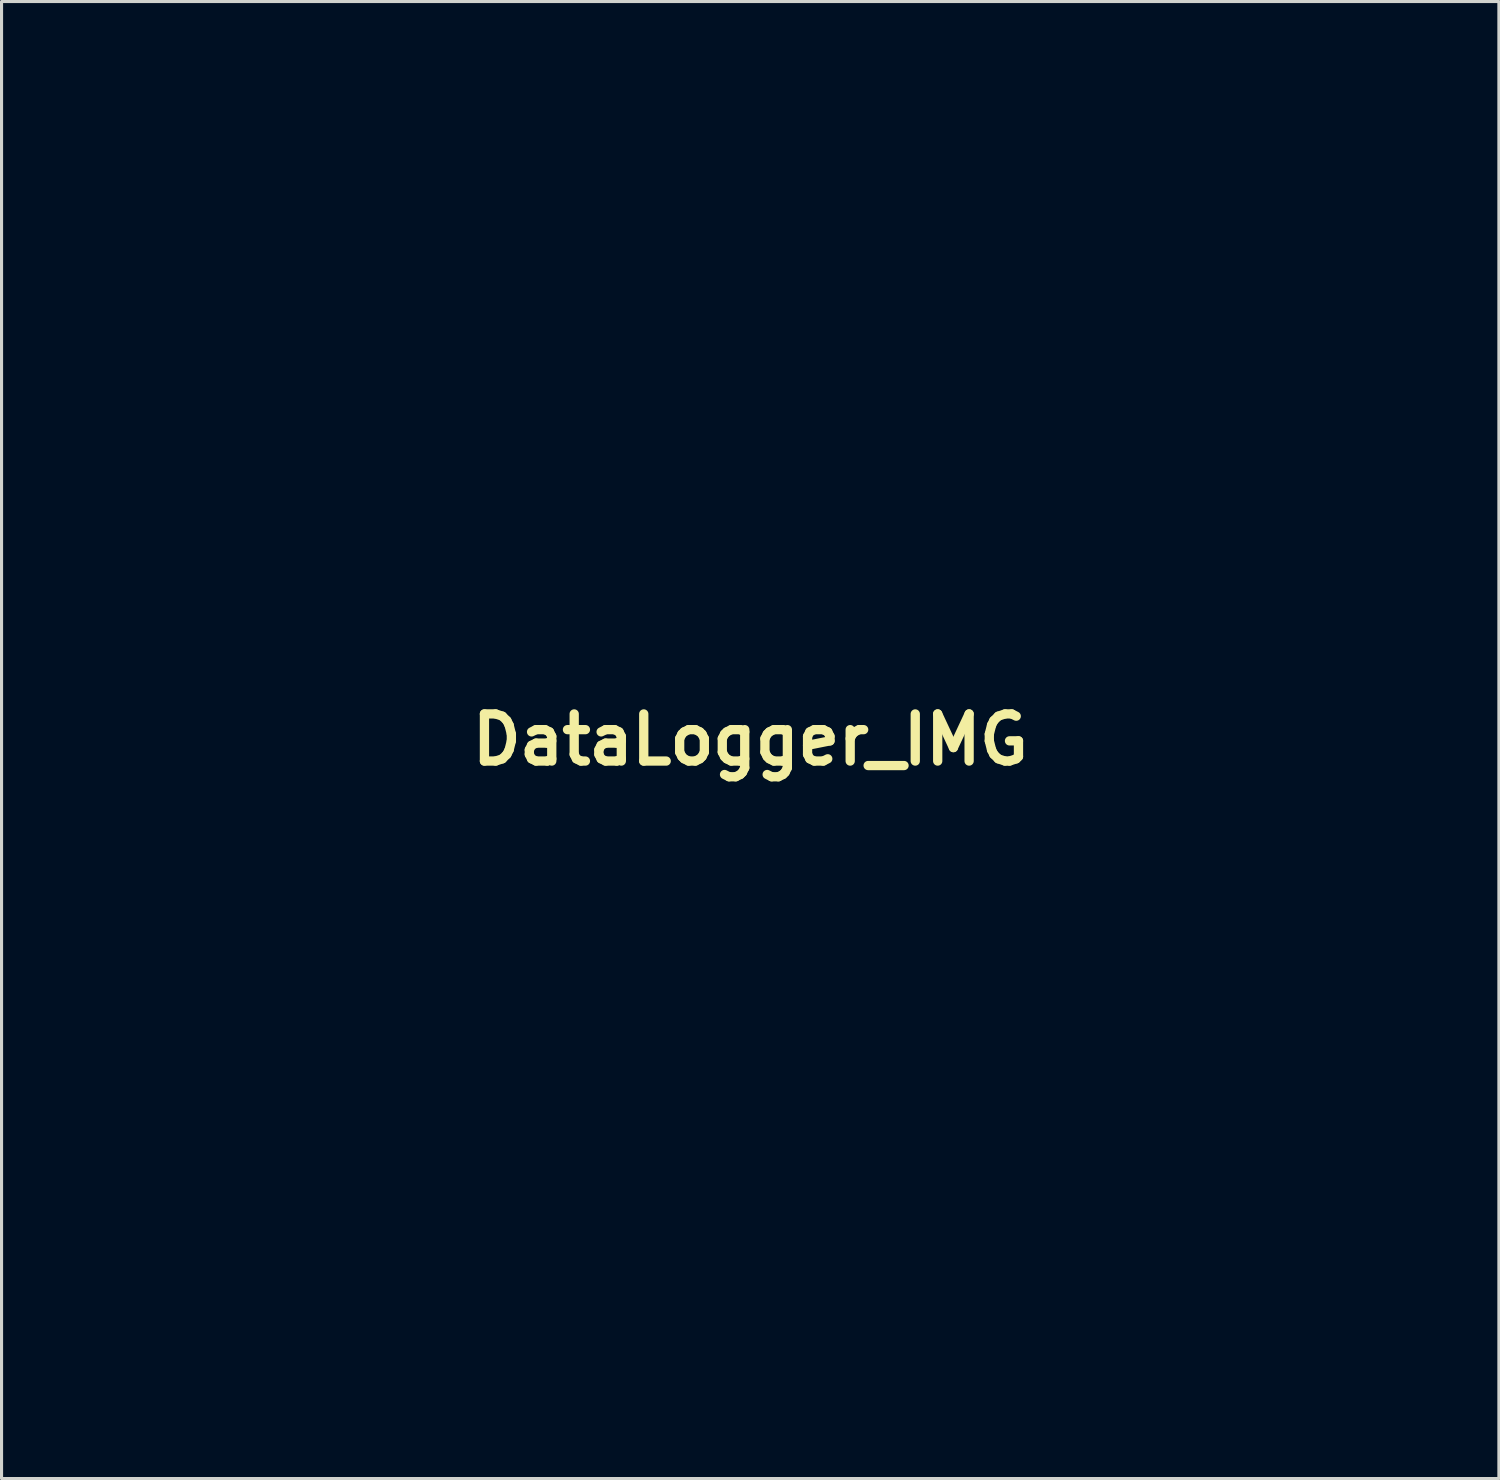
<source format=kicad_pcb>
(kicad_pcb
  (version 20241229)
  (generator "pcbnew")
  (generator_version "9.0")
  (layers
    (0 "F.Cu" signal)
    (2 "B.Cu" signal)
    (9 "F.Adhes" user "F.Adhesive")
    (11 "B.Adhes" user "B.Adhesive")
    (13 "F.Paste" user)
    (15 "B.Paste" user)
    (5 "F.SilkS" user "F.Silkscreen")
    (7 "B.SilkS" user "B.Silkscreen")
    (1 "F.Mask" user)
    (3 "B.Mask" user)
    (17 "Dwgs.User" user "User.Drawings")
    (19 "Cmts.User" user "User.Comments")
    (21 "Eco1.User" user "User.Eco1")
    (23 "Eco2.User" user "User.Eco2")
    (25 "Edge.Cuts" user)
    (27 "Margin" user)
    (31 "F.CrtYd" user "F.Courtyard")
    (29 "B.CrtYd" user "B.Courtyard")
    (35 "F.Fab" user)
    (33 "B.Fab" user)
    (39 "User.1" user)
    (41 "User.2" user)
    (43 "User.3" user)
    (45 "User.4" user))
  (footprint "DataLogger_IMG"
    (layer "F.Cu")
    (at 21.218 20.875)
    (property "Reference" "DataLogger_IMG" (at 0 0 0) (layer "F.SilkS") (effects (font (size 1.524 1.524) (thickness 0.3))))
    (attr through_hole)
    (fp_poly (pts (xy -5.724 -4.486) (xy -5.215 -4.483) (xy -4.83 -4.475) (xy -4.548 -4.461) (xy -4.346 -4.44) (xy -4.201 -4.409) (xy -4.091 -4.368) (xy -3.995 -4.316) (xy -3.707 -4.052) (xy -3.542 -3.712) (xy -3.519 -3.341) (xy -3.546 -3.216) (xy -3.672 -2.946) (xy -3.849 -2.712) (xy -3.858 -2.704) (xy -4.077 -2.498) (xy -6.336 -2.478) (xy -7.037 -2.473) (xy -7.589 -2.473) (xy -8.012 -2.479) (xy -8.325 -2.491) (xy -8.549 -2.511) (xy -8.703 -2.539) (xy -8.808 -2.577) (xy -8.825 -2.586) (xy -9.097 -2.825) (xy -9.261 -3.157) (xy -9.306 -3.536) (xy -9.218 -3.913) (xy -9.19 -3.972) (xy -9.102 -4.12) (xy -8.993 -4.237) (xy -8.845 -4.326) (xy -8.637 -4.391) (xy -8.35 -4.436) (xy -7.964 -4.465) (xy -7.459 -4.48) (xy -6.817 -4.486) (xy -6.38 -4.487) (xy -5.724 -4.486)) (stroke (width 0.01) (type solid)) (fill no) (layer "Eco2.User"))
    (fp_poly (pts (xy 7.055 -4.486) (xy 7.583 -4.48) (xy 7.985 -4.47) (xy 8.283 -4.453) (xy 8.499 -4.428) (xy 8.655 -4.394) (xy 8.772 -4.35) (xy 8.775 -4.349) (xy 9.076 -4.121) (xy 9.258 -3.8) (xy 9.31 -3.426) (xy 9.221 -3.038) (xy 9.185 -2.961) (xy 9.101 -2.815) (xy 9.003 -2.701) (xy 8.872 -2.613) (xy 8.688 -2.55) (xy 8.43 -2.506) (xy 8.079 -2.479) (xy 7.615 -2.465) (xy 7.018 -2.46) (xy 6.418 -2.461) (xy 5.823 -2.465) (xy 5.278 -2.474) (xy 4.807 -2.487) (xy 4.435 -2.504) (xy 4.188 -2.522) (xy 4.097 -2.538) (xy 3.863 -2.704) (xy 3.654 -2.969) (xy 3.522 -3.268) (xy 3.515 -3.297) (xy 3.521 -3.623) (xy 3.653 -3.956) (xy 3.883 -4.234) (xy 3.995 -4.316) (xy 4.093 -4.369) (xy 4.203 -4.41) (xy 4.349 -4.44) (xy 4.552 -4.461) (xy 4.836 -4.475) (xy 5.222 -4.483) (xy 5.733 -4.486) (xy 6.38 -4.487) (xy 7.055 -4.486)) (stroke (width 0.01) (type solid)) (fill no) (layer "Eco2.User"))
    (fp_poly (pts (xy 1.368 -17.738) (xy 2.577 -17.737) (xy 3.637 -17.736) (xy 4.559 -17.734) (xy 5.354 -17.732) (xy 6.031 -17.728) (xy 6.602 -17.723) (xy 7.076 -17.717) (xy 7.464 -17.708) (xy 7.776 -17.698) (xy 8.024 -17.686) (xy 8.216 -17.671) (xy 8.364 -17.654) (xy 8.478 -17.635) (xy 8.569 -17.612) (xy 8.646 -17.587) (xy 8.676 -17.575) (xy 9.137 -17.324) (xy 9.572 -16.955) (xy 9.928 -16.518) (xy 10.087 -16.232) (xy 10.287 -15.79) (xy 10.287 -11.599) (xy 10.287 -10.642) (xy 10.285 -9.839) (xy 10.282 -9.175) (xy 10.277 -8.634) (xy 10.269 -8.203) (xy 10.258 -7.864) (xy 10.244 -7.605) (xy 10.225 -7.408) (xy 10.201 -7.259) (xy 10.173 -7.143) (xy 10.138 -7.044) (xy 10.131 -7.027) (xy 9.815 -6.463) (xy 9.378 -6.002) (xy 8.91 -5.7) (xy 8.424 -5.461) (xy 0.127 -5.442) (xy -1.248 -5.439) (xy -2.463 -5.436) (xy -3.53 -5.435) (xy -4.459 -5.435) (xy -5.26 -5.436) (xy -5.943 -5.438) (xy -6.52 -5.442) (xy -7 -5.448) (xy -7.393 -5.455) (xy -7.711 -5.465) (xy -7.963 -5.476) (xy -8.16 -5.491) (xy -8.313 -5.507) (xy -8.43 -5.526) (xy -8.524 -5.548) (xy -8.605 -5.573) (xy -8.608 -5.575) (xy -9.185 -5.859) (xy -9.661 -6.265) (xy -10.017 -6.773) (xy -10.234 -7.361) (xy -10.244 -7.406) (xy -10.27 -7.629) (xy -10.29 -8.019) (xy -10.305 -8.578) (xy -10.314 -9.305) (xy -10.317 -10.2) (xy -10.317 -10.583) (xy -8.297 -10.583) (xy -8.297 -9.205) (xy -8.294 -8.662) (xy -8.284 -8.263) (xy -8.263 -7.982) (xy -8.231 -7.793) (xy -8.185 -7.67) (xy -8.166 -7.639) (xy -8.034 -7.451) (xy -0.038 -7.451) (xy 1.305 -7.451) (xy 2.489 -7.451) (xy 3.523 -7.452) (xy 4.419 -7.453) (xy 5.187 -7.456) (xy 5.837 -7.459) (xy 6.38 -7.464) (xy 6.825 -7.471) (xy 7.182 -7.479) (xy 7.463 -7.489) (xy 7.678 -7.501) (xy 7.836 -7.516) (xy 7.948 -7.533) (xy 8.024 -7.553) (xy 8.075 -7.576) (xy 8.11 -7.603) (xy 8.128 -7.62) (xy 8.186 -7.689) (xy 8.23 -7.778) (xy 8.26 -7.913) (xy 8.28 -8.117) (xy 8.291 -8.415) (xy 8.296 -8.831) (xy 8.297 -9.39) (xy 8.297 -9.44) (xy 8.297 -11.091) (xy 3.262 -11.091) (xy 2.222 -10.054) (xy 1.183 -9.017) (xy 0.34 -9.017) (xy -1.376 -10.732) (xy -1.819 -11.172) (xy -2.225 -11.57) (xy -2.579 -11.911) (xy -2.864 -12.181) (xy -3.064 -12.363) (xy -3.165 -12.444) (xy -3.171 -12.446) (xy -3.256 -12.389) (xy -3.438 -12.233) (xy -3.694 -11.998) (xy -4.002 -11.703) (xy -4.195 -11.515) (xy -5.139 -10.583) (xy -8.297 -10.583) (xy -10.317 -10.583) (xy -10.315 -11.265) (xy -10.312 -11.822) (xy -10.306 -12.744) (xy -10.3 -13.513) (xy -10.295 -14.012) (xy -8.297 -14.012) (xy -8.297 -12.615) (xy -5.887 -12.615) (xy -4.783 -13.716) (xy -4.341 -14.147) (xy -3.966 -14.491) (xy -3.673 -14.735) (xy -3.473 -14.869) (xy -3.428 -14.888) (xy -3.267 -14.923) (xy -3.113 -14.925) (xy -2.951 -14.883) (xy -2.764 -14.786) (xy -2.538 -14.622) (xy -2.256 -14.381) (xy -1.902 -14.05) (xy -1.461 -13.619) (xy -0.969 -13.129) (xy -0.532 -12.692) (xy -0.134 -12.296) (xy 0.209 -11.958) (xy 0.482 -11.691) (xy 0.668 -11.512) (xy 0.754 -11.435) (xy 0.757 -11.434) (xy 0.828 -11.488) (xy 0.996 -11.642) (xy 1.239 -11.872) (xy 1.534 -12.158) (xy 1.655 -12.277) (xy 2.515 -13.123) (xy 8.297 -13.123) (xy 8.297 -14.25) (xy 8.292 -14.761) (xy 8.274 -15.127) (xy 8.242 -15.371) (xy 8.193 -15.517) (xy 8.177 -15.541) (xy 8.153 -15.569) (xy 8.117 -15.593) (xy 8.059 -15.615) (xy 7.969 -15.633) (xy 7.836 -15.649) (xy 7.65 -15.663) (xy 7.402 -15.675) (xy 7.08 -15.685) (xy 6.675 -15.693) (xy 6.176 -15.7) (xy 5.574 -15.706) (xy 4.858 -15.711) (xy 4.018 -15.715) (xy 3.043 -15.719) (xy 1.924 -15.723) (xy 0.65 -15.726) (xy 0.05 -15.728) (xy -1.293 -15.732) (xy -2.477 -15.735) (xy -3.513 -15.737) (xy -4.41 -15.738) (xy -5.178 -15.738) (xy -5.829 -15.736) (xy -6.372 -15.733) (xy -6.818 -15.728) (xy -7.176 -15.721) (xy -7.457 -15.712) (xy -7.672 -15.7) (xy -7.831 -15.686) (xy -7.943 -15.669) (xy -8.019 -15.649) (xy -8.07 -15.626) (xy -8.106 -15.6) (xy -8.127 -15.58) (xy -8.19 -15.504) (xy -8.236 -15.407) (xy -8.266 -15.26) (xy -8.285 -15.037) (xy -8.294 -14.71) (xy -8.297 -14.253) (xy -8.297 -14.012) (xy -10.295 -14.012) (xy -10.294 -14.144) (xy -10.287 -14.653) (xy -10.277 -15.056) (xy -10.264 -15.37) (xy -10.247 -15.609) (xy -10.226 -15.79) (xy -10.199 -15.929) (xy -10.167 -16.041) (xy -10.127 -16.143) (xy -10.087 -16.232) (xy -9.808 -16.685) (xy -9.417 -17.102) (xy -8.966 -17.434) (xy -8.676 -17.575) (xy -8.601 -17.602) (xy -8.517 -17.626) (xy -8.414 -17.647) (xy -8.281 -17.665) (xy -8.108 -17.68) (xy -7.884 -17.693) (xy -7.599 -17.704) (xy -7.243 -17.713) (xy -6.805 -17.721) (xy -6.275 -17.726) (xy -5.643 -17.73) (xy -4.897 -17.734) (xy -4.028 -17.736) (xy -3.024 -17.737) (xy -1.877 -17.737) (xy -0.575 -17.738) (xy 0 -17.738) (xy 1.368 -17.738)) (stroke (width 0.01) (type solid)) (fill no) (layer "Eco2.User"))
    (fp_poly (pts (xy 10.499 -20.67) (xy 11.311 -20.29) (xy 12.032 -19.783) (xy 12.64 -19.166) (xy 13.118 -18.454) (xy 13.125 -18.44) (xy 13.222 -18.261) (xy 13.307 -18.103) (xy 13.38 -17.953) (xy 13.443 -17.799) (xy 13.496 -17.63) (xy 13.54 -17.433) (xy 13.576 -17.195) (xy 13.605 -16.904) (xy 13.628 -16.549) (xy 13.646 -16.117) (xy 13.66 -15.595) (xy 13.669 -14.972) (xy 13.677 -14.234) (xy 13.682 -13.371) (xy 13.687 -12.369) (xy 13.692 -11.217) (xy 13.695 -10.542) (xy 13.7 -9.061) (xy 13.701 -7.749) (xy 13.7 -6.607) (xy 13.695 -5.633) (xy 13.686 -4.828) (xy 13.675 -4.191) (xy 13.66 -3.724) (xy 13.641 -3.424) (xy 13.632 -3.346) (xy 13.477 -2.72) (xy 13.209 -2.064) (xy 12.859 -1.444) (xy 12.631 -1.128) (xy 12.106 -0.588) (xy 11.466 -0.124) (xy 10.755 0.242) (xy 10.016 0.484) (xy 9.518 0.566) (xy 8.995 0.615) (xy 8.958 1.318) (xy 8.838 2.072) (xy 8.566 2.76) (xy 8.152 3.369) (xy 7.605 3.883) (xy 6.973 4.27) (xy 6.719 4.402) (xy 6.586 4.502) (xy 6.542 4.609) (xy 6.554 4.764) (xy 6.555 4.767) (xy 6.582 4.987) (xy 6.615 5.308) (xy 6.645 5.662) (xy 6.646 5.673) (xy 6.82 7.105) (xy 7.113 8.538) (xy 7.516 9.938) (xy 8.016 11.275) (xy 8.605 12.518) (xy 9.19 13.51) (xy 9.709 14.22) (xy 10.3 14.885) (xy 10.94 15.487) (xy 11.604 16.007) (xy 12.269 16.428) (xy 12.913 16.73) (xy 13.512 16.895) (xy 13.513 16.896) (xy 13.689 16.917) (xy 13.814 16.895) (xy 13.929 16.801) (xy 14.076 16.609) (xy 14.183 16.454) (xy 14.646 15.924) (xy 15.214 15.519) (xy 15.809 15.273) (xy 16.035 15.22) (xy 16.3 15.184) (xy 16.637 15.166) (xy 17.076 15.161) (xy 17.651 15.17) (xy 17.682 15.171) (xy 18.209 15.185) (xy 18.6 15.201) (xy 18.887 15.224) (xy 19.104 15.259) (xy 19.283 15.31) (xy 19.457 15.382) (xy 19.569 15.435) (xy 20.028 15.726) (xy 20.467 16.126) (xy 20.831 16.579) (xy 21.021 16.915) (xy 21.125 17.201) (xy 21.183 17.525) (xy 21.205 17.946) (xy 21.205 18.034) (xy 21.199 18.423) (xy 21.167 18.709) (xy 21.097 18.956) (xy 20.976 19.228) (xy 20.974 19.233) (xy 20.605 19.811) (xy 20.123 20.294) (xy 19.563 20.648) (xy 19.558 20.651) (xy 19.391 20.726) (xy 19.238 20.782) (xy 19.07 20.822) (xy 18.859 20.847) (xy 18.575 20.862) (xy 18.191 20.868) (xy 17.676 20.87) (xy 17.441 20.87) (xy 16.869 20.869) (xy 16.438 20.865) (xy 16.12 20.853) (xy 15.886 20.832) (xy 15.708 20.799) (xy 15.559 20.75) (xy 15.41 20.684) (xy 15.367 20.663) (xy 15.041 20.463) (xy 14.695 20.182) (xy 14.37 19.864) (xy 14.112 19.55) (xy 13.974 19.315) (xy 13.808 19.08) (xy 13.642 19.005) (xy 13.452 18.962) (xy 13.159 18.888) (xy 12.823 18.8) (xy 12.785 18.79) (xy 11.751 18.423) (xy 10.791 17.917) (xy 15.729 17.917) (xy 15.751 18.263) (xy 15.923 18.573) (xy 15.995 18.646) (xy 16.104 18.738) (xy 16.209 18.803) (xy 16.341 18.844) (xy 16.533 18.867) (xy 16.816 18.878) (xy 17.222 18.881) (xy 17.448 18.881) (xy 17.892 18.875) (xy 18.286 18.858) (xy 18.592 18.834) (xy 18.776 18.803) (xy 18.801 18.793) (xy 18.977 18.629) (xy 19.13 18.376) (xy 19.214 18.111) (xy 19.219 18.042) (xy 19.14 17.707) (xy 18.927 17.423) (xy 18.797 17.328) (xy 18.652 17.265) (xy 18.451 17.223) (xy 18.159 17.199) (xy 17.746 17.188) (xy 17.497 17.187) (xy 16.965 17.194) (xy 16.572 17.217) (xy 16.292 17.264) (xy 16.095 17.342) (xy 15.953 17.457) (xy 15.863 17.575) (xy 15.729 17.917) (xy 10.791 17.917) (xy 10.762 17.901) (xy 9.823 17.232) (xy 8.94 16.425) (xy 8.119 15.489) (xy 7.367 14.432) (xy 6.689 13.265) (xy 6.091 11.995) (xy 5.58 10.632) (xy 5.161 9.185) (xy 4.841 7.663) (xy 4.702 6.748) (xy 4.65 6.316) (xy 4.607 5.909) (xy 4.579 5.578) (xy 4.571 5.393) (xy 4.56 4.981) (xy 4.516 4.698) (xy 4.422 4.506) (xy 4.256 4.366) (xy 4.011 4.243) (xy 3.53 3.959) (xy 3.063 3.551) (xy 2.653 3.063) (xy 2.37 2.594) (xy 2.218 2.248) (xy 2.124 1.926) (xy 2.071 1.55) (xy 2.053 1.318) (xy 2.008 0.593) (xy 4.064 0.593) (xy 4.064 1.01) (xy 4.123 1.535) (xy 4.306 1.951) (xy 4.623 2.274) (xy 4.953 2.465) (xy 5.29 2.59) (xy 5.581 2.612) (xy 5.911 2.537) (xy 5.935 2.528) (xy 6.3 2.336) (xy 6.629 2.038) (xy 6.823 1.761) (xy 6.892 1.545) (xy 6.935 1.244) (xy 6.943 1.063) (xy 6.943 0.593) (xy 4.064 0.593) (xy 2.008 0.593) (xy -2.032 0.593) (xy -2.033 1.079) (xy -2.111 1.798) (xy -2.33 2.482) (xy -2.673 3.106) (xy -3.125 3.641) (xy -3.668 4.063) (xy -4.008 4.24) (xy -4.268 4.359) (xy -4.413 4.459) (xy -4.481 4.59) (xy -4.513 4.8) (xy -4.52 4.868) (xy -4.546 5.129) (xy -4.583 5.503) (xy -4.626 5.935) (xy -4.659 6.265) (xy -4.872 7.813) (xy -5.189 9.3) (xy -5.606 10.719) (xy -6.116 12.059) (xy -6.712 13.311) (xy -7.389 14.465) (xy -8.14 15.511) (xy -8.959 16.44) (xy -9.839 17.242) (xy -10.775 17.907) (xy -11.761 18.427) (xy -12.785 18.79) (xy -13.121 18.878) (xy -13.418 18.953) (xy -13.617 19) (xy -13.631 19.003) (xy -13.825 19.112) (xy -14.015 19.373) (xy -14.048 19.434) (xy -14.346 19.859) (xy -14.763 20.261) (xy -15.249 20.595) (xy -15.391 20.671) (xy -15.547 20.742) (xy -15.704 20.794) (xy -15.892 20.831) (xy -16.14 20.856) (xy -16.478 20.872) (xy -16.936 20.882) (xy -17.314 20.888) (xy -17.98 20.891) (xy -18.493 20.88) (xy -18.868 20.855) (xy -19.122 20.813) (xy -19.177 20.798) (xy -19.832 20.5) (xy -20.385 20.073) (xy -20.82 19.53) (xy -20.989 19.219) (xy -21.146 18.732) (xy -21.213 18.168) (xy -21.208 18.034) (xy -19.219 18.034) (xy -19.166 18.285) (xy -19.034 18.552) (xy -18.866 18.754) (xy -18.817 18.789) (xy -18.682 18.821) (xy -18.412 18.847) (xy -18.044 18.867) (xy -17.612 18.877) (xy -17.469 18.878) (xy -16.994 18.878) (xy -16.657 18.872) (xy -16.426 18.855) (xy -16.268 18.823) (xy -16.153 18.771) (xy -16.047 18.693) (xy -16.008 18.661) (xy -15.835 18.482) (xy -15.761 18.286) (xy -15.748 18.074) (xy -15.793 17.738) (xy -15.947 17.473) (xy -15.952 17.467) (xy -16.039 17.372) (xy -16.128 17.306) (xy -16.251 17.262) (xy -16.438 17.235) (xy -16.722 17.219) (xy -17.132 17.206) (xy -17.315 17.202) (xy -17.926 17.197) (xy -18.372 17.215) (xy -18.658 17.256) (xy -18.724 17.277) (xy -18.974 17.461) (xy -19.154 17.742) (xy -19.219 18.034) (xy -21.208 18.034) (xy -21.19 17.592) (xy -21.076 17.07) (xy -21.014 16.911) (xy -20.736 16.448) (xy -20.345 16.002) (xy -19.893 15.626) (xy -19.569 15.435) (xy -19.382 15.348) (xy -19.21 15.286) (xy -19.019 15.242) (xy -18.776 15.213) (xy -18.449 15.193) (xy -18.005 15.179) (xy -17.682 15.171) (xy -17.1 15.162) (xy -16.655 15.165) (xy -16.314 15.183) (xy -16.047 15.218) (xy -15.819 15.27) (xy -15.809 15.273) (xy -15.166 15.547) (xy -14.605 15.961) (xy -14.183 16.454) (xy -14.002 16.711) (xy -13.876 16.854) (xy -13.761 16.912) (xy -13.616 16.912) (xy -13.505 16.896) (xy -13.221 16.82) (xy -12.843 16.676) (xy -12.418 16.485) (xy -11.996 16.271) (xy -11.623 16.056) (xy -11.399 15.902) (xy -10.929 15.509) (xy -10.432 15.037) (xy -9.97 14.547) (xy -9.68 14.2) (xy -9.032 13.259) (xy -8.44 12.184) (xy -7.912 11.004) (xy -7.46 9.748) (xy -7.094 8.445) (xy -6.825 7.124) (xy -6.661 5.815) (xy -6.647 5.63) (xy -6.619 5.266) (xy -6.59 4.949) (xy -6.564 4.731) (xy -6.556 4.683) (xy -6.56 4.562) (xy -6.649 4.455) (xy -6.854 4.329) (xy -6.963 4.273) (xy -7.639 3.849) (xy -8.185 3.326) (xy -8.595 2.717) (xy -8.86 2.035) (xy -8.972 1.292) (xy -8.975 1.14) (xy -8.975 0.617) (xy -9.237 0.593) (xy -6.943 0.593) (xy -6.943 1.063) (xy -6.899 1.516) (xy -6.75 1.877) (xy -6.475 2.201) (xy -6.463 2.212) (xy -6.074 2.486) (xy -5.661 2.597) (xy -5.201 2.551) (xy -5.146 2.536) (xy -4.695 2.332) (xy -4.358 2.007) (xy -4.144 1.577) (xy -4.064 1.056) (xy -4.064 1.019) (xy -4.064 0.593) (xy -6.943 0.593) (xy -9.237 0.593) (xy -9.508 0.567) (xy -10.25 0.421) (xy -10.992 0.135) (xy -11.69 -0.268) (xy -12.301 -0.765) (xy -12.632 -1.128) (xy -12.989 -1.657) (xy -13.299 -2.268) (xy -13.531 -2.891) (xy -13.63 -3.306) (xy -13.65 -3.493) (xy -13.666 -3.811) (xy -13.68 -4.265) (xy -13.69 -4.86) (xy -13.698 -5.6) (xy -13.702 -6.49) (xy -13.703 -7.022) (xy -11.675 -7.022) (xy -11.674 -6.2) (xy -11.669 -5.501) (xy -11.66 -4.913) (xy -11.647 -4.424) (xy -11.627 -4.022) (xy -11.601 -3.696) (xy -11.568 -3.434) (xy -11.527 -3.225) (xy -11.477 -3.056) (xy -11.417 -2.916) (xy -11.347 -2.793) (xy -11.266 -2.676) (xy -11.173 -2.553) (xy -11.151 -2.524) (xy -10.855 -2.205) (xy -10.482 -1.901) (xy -10.093 -1.658) (xy -9.79 -1.531) (xy -9.668 -1.52) (xy -9.385 -1.509) (xy -8.95 -1.5) (xy -8.371 -1.492) (xy -7.659 -1.485) (xy -6.821 -1.478) (xy -5.866 -1.473) (xy -4.802 -1.47) (xy -3.639 -1.467) (xy -2.386 -1.466) (xy -1.05 -1.466) (xy 0.127 -1.467) (xy 9.779 -1.482) (xy 10.143 -1.676) (xy 10.719 -2.07) (xy 11.176 -2.567) (xy 11.406 -2.95) (xy 11.642 -3.429) (xy 11.642 -16.891) (xy 11.404 -17.375) (xy 11.056 -17.904) (xy 10.587 -18.347) (xy 10.04 -18.667) (xy 9.936 -18.709) (xy 9.862 -18.735) (xy 9.783 -18.759) (xy 9.691 -18.78) (xy 9.574 -18.798) (xy 9.424 -18.815) (xy 9.231 -18.828) (xy 8.986 -18.84) (xy 8.677 -18.85) (xy 8.297 -18.858) (xy 7.834 -18.865) (xy 7.28 -18.87) (xy 6.625 -18.874) (xy 5.858 -18.876) (xy 4.971 -18.878) (xy 3.953 -18.88) (xy 2.796 -18.88) (xy 1.488 -18.881) (xy 0.021 -18.881) (xy 0 -18.881) (xy -1.469 -18.881) (xy -2.779 -18.88) (xy -3.939 -18.88) (xy -4.958 -18.878) (xy -5.847 -18.877) (xy -6.615 -18.874) (xy -7.272 -18.87) (xy -7.827 -18.865) (xy -8.291 -18.858) (xy -8.673 -18.85) (xy -8.982 -18.84) (xy -9.229 -18.829) (xy -9.422 -18.815) (xy -9.573 -18.799) (xy -9.689 -18.78) (xy -9.782 -18.759) (xy -9.861 -18.736) (xy -9.935 -18.709) (xy -9.936 -18.709) (xy -10.494 -18.414) (xy -10.979 -17.991) (xy -11.352 -17.474) (xy -11.404 -17.375) (xy -11.642 -16.891) (xy -11.665 -10.338) (xy -11.67 -9.079) (xy -11.673 -7.977) (xy -11.675 -7.022) (xy -13.703 -7.022) (xy -13.704 -7.534) (xy -13.703 -8.736) (xy -13.699 -10.103) (xy -13.698 -10.499) (xy -13.693 -11.716) (xy -13.688 -12.777) (xy -13.683 -13.691) (xy -13.678 -14.472) (xy -13.672 -15.13) (xy -13.665 -15.679) (xy -13.656 -16.129) (xy -13.646 -16.493) (xy -13.633 -16.782) (xy -13.618 -17.008) (xy -13.601 -17.183) (xy -13.58 -17.319) (xy -13.555 -17.427) (xy -13.527 -17.52) (xy -13.494 -17.61) (xy -13.492 -17.615) (xy -13.089 -18.487) (xy -12.592 -19.223) (xy -11.992 -19.831) (xy -11.28 -20.321) (xy -10.615 -20.637) (xy -10.033 -20.87) (xy 9.948 -20.87) (xy 10.499 -20.67)) (stroke (width 0.01) (type solid)) (fill no) (layer "Eco2.User")))
  (gr_rect
    (start -3 -3)
    (end 45.428 44.771)
    (stroke (width 0.1) (type default))
    (fill no)
    (layer "Edge.Cuts")))
</source>
